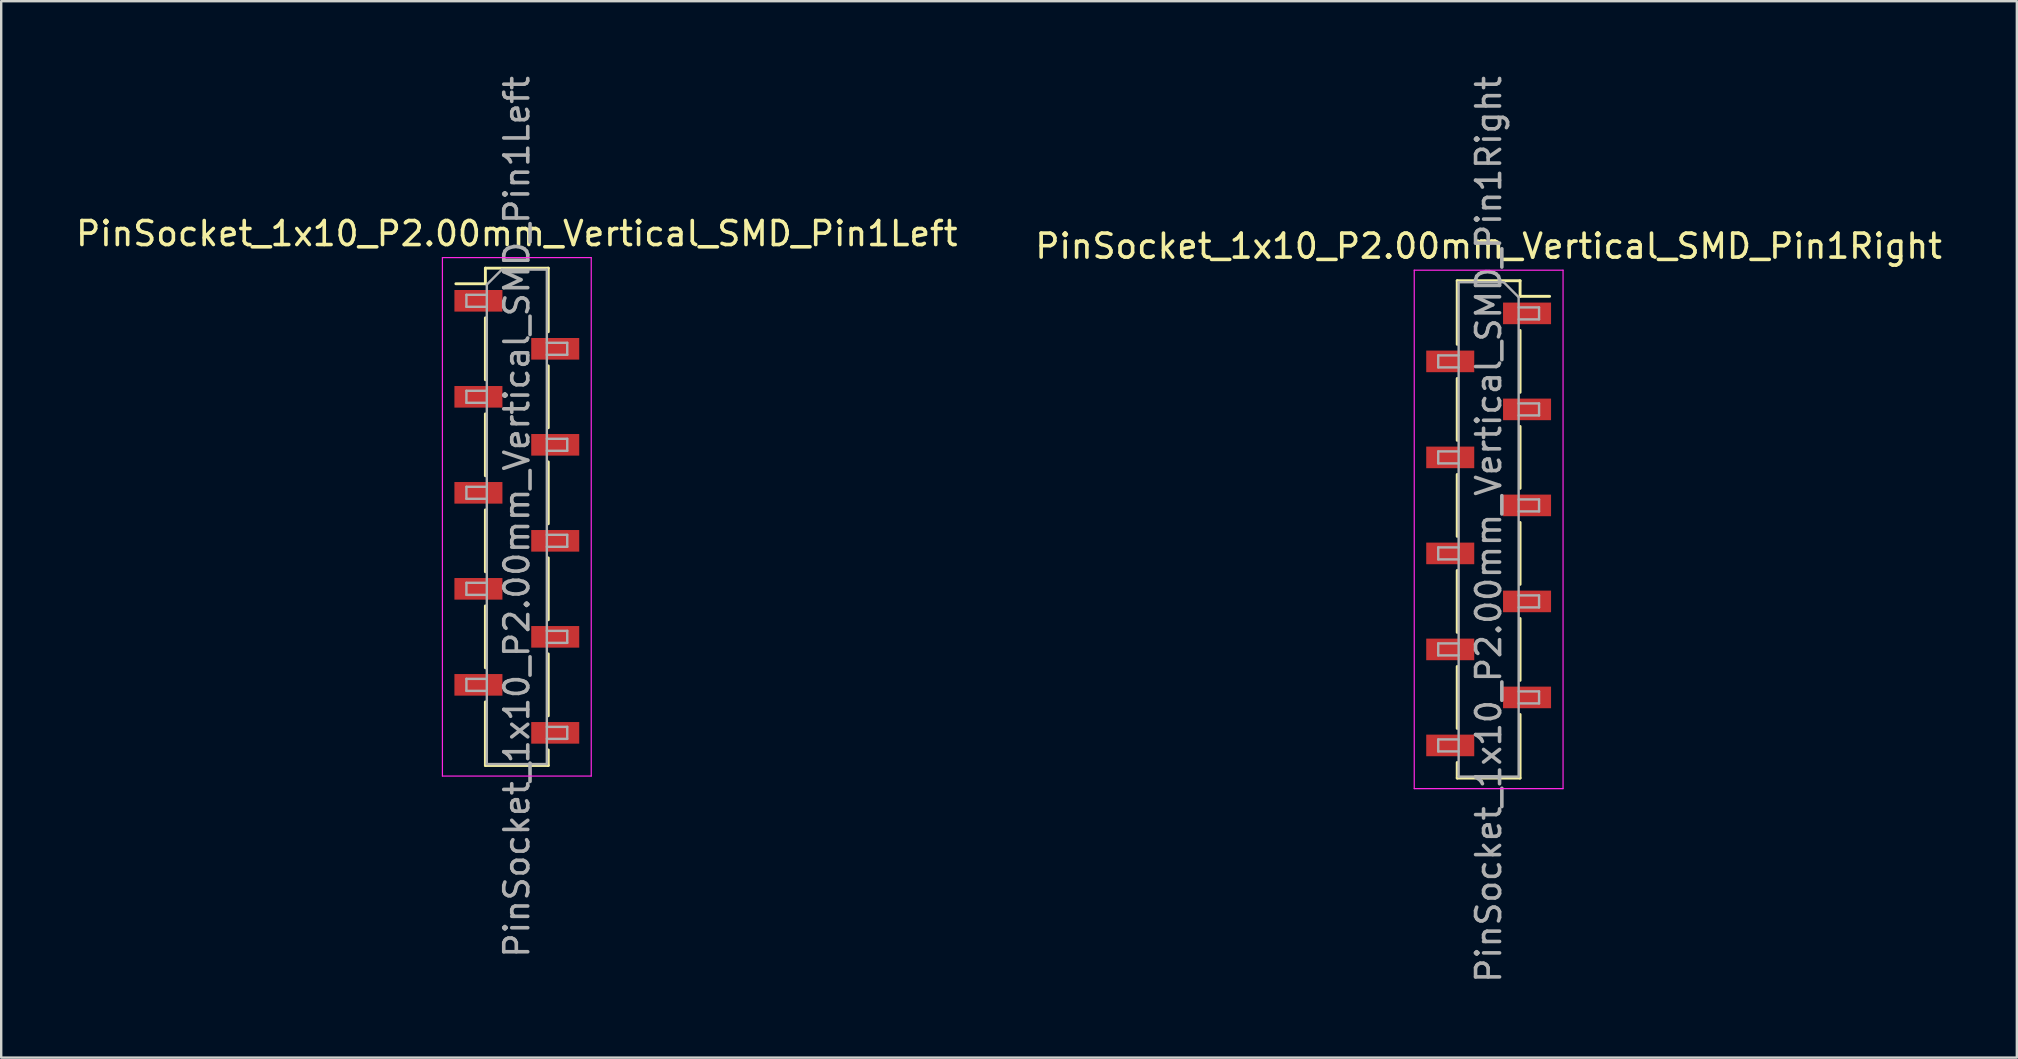
<source format=kicad_pcb>
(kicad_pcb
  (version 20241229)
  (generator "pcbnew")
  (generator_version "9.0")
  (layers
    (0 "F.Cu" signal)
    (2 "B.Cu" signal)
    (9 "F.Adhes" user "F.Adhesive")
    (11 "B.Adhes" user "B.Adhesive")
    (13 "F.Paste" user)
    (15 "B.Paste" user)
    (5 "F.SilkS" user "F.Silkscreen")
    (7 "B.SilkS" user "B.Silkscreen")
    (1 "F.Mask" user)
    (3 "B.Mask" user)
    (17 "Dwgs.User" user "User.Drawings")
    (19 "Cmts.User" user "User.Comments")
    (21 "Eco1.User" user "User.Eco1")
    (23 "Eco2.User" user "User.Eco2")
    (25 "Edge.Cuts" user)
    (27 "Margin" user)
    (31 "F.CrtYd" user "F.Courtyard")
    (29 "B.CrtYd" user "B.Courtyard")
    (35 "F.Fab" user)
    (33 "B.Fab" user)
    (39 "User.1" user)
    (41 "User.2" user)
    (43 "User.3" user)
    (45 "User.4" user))
  (footprint "PinSocket_1x10_P2.00mm_Vertical_SMD_Pin1Left"
    (layer "F.Cu")
    (at 18.482 18.482)
    (property "Reference" "PinSocket_1x10_P2.00mm_Vertical_SMD_Pin1Left" (at 0 -11.8 0) (layer "F.SilkS") (effects (font (size 1 1) (thickness 0.15))))
    (attr smd)
    (fp_line (start -2.54 -9.71) (end -1.31 -9.71) (stroke (width 0.12) (type solid)) (layer "F.SilkS"))
    (fp_line (start -1.31 -10.36) (end -1.31 -9.71) (stroke (width 0.12) (type solid)) (layer "F.SilkS"))
    (fp_line (start -1.31 -10.36) (end 1.31 -10.36) (stroke (width 0.12) (type solid)) (layer "F.SilkS"))
    (fp_line (start -1.31 -8.29) (end -1.31 -5.71) (stroke (width 0.12) (type solid)) (layer "F.SilkS"))
    (fp_line (start -1.31 -4.29) (end -1.31 -1.71) (stroke (width 0.12) (type solid)) (layer "F.SilkS"))
    (fp_line (start -1.31 -0.29) (end -1.31 2.29) (stroke (width 0.12) (type solid)) (layer "F.SilkS"))
    (fp_line (start -1.31 3.71) (end -1.31 6.29) (stroke (width 0.12) (type solid)) (layer "F.SilkS"))
    (fp_line (start -1.31 7.71) (end -1.31 10.36) (stroke (width 0.12) (type solid)) (layer "F.SilkS"))
    (fp_line (start -1.31 10.36) (end 1.31 10.36) (stroke (width 0.12) (type solid)) (layer "F.SilkS"))
    (fp_line (start 1.31 -10.36) (end 1.31 -7.71) (stroke (width 0.12) (type solid)) (layer "F.SilkS"))
    (fp_line (start 1.31 -6.29) (end 1.31 -3.71) (stroke (width 0.12) (type solid)) (layer "F.SilkS"))
    (fp_line (start 1.31 -2.29) (end 1.31 0.29) (stroke (width 0.12) (type solid)) (layer "F.SilkS"))
    (fp_line (start 1.31 1.71) (end 1.31 4.29) (stroke (width 0.12) (type solid)) (layer "F.SilkS"))
    (fp_line (start 1.31 5.71) (end 1.31 8.29) (stroke (width 0.12) (type solid)) (layer "F.SilkS"))
    (fp_line (start 1.31 9.71) (end 1.31 10.36) (stroke (width 0.12) (type solid)) (layer "F.SilkS"))
    (fp_line (start -3.1 -10.8) (end 3.1 -10.8) (stroke (width 0.05) (type solid)) (layer "F.CrtYd"))
    (fp_line (start -3.1 10.8) (end -3.1 -10.8) (stroke (width 0.05) (type solid)) (layer "F.CrtYd"))
    (fp_line (start 3.1 -10.8) (end 3.1 10.8) (stroke (width 0.05) (type solid)) (layer "F.CrtYd"))
    (fp_line (start 3.1 10.8) (end -3.1 10.8) (stroke (width 0.05) (type solid)) (layer "F.CrtYd"))
    (fp_line (start -2.1 -9.25) (end -1.25 -9.25) (stroke (width 0.1) (type solid)) (layer "F.Fab"))
    (fp_line (start -2.1 -8.75) (end -2.1 -9.25) (stroke (width 0.1) (type solid)) (layer "F.Fab"))
    (fp_line (start -2.1 -5.25) (end -1.25 -5.25) (stroke (width 0.1) (type solid)) (layer "F.Fab"))
    (fp_line (start -2.1 -4.75) (end -2.1 -5.25) (stroke (width 0.1) (type solid)) (layer "F.Fab"))
    (fp_line (start -2.1 -1.25) (end -1.25 -1.25) (stroke (width 0.1) (type solid)) (layer "F.Fab"))
    (fp_line (start -2.1 -0.75) (end -2.1 -1.25) (stroke (width 0.1) (type solid)) (layer "F.Fab"))
    (fp_line (start -2.1 2.75) (end -1.25 2.75) (stroke (width 0.1) (type solid)) (layer "F.Fab"))
    (fp_line (start -2.1 3.25) (end -2.1 2.75) (stroke (width 0.1) (type solid)) (layer "F.Fab"))
    (fp_line (start -2.1 6.75) (end -1.25 6.75) (stroke (width 0.1) (type solid)) (layer "F.Fab"))
    (fp_line (start -2.1 7.25) (end -2.1 6.75) (stroke (width 0.1) (type solid)) (layer "F.Fab"))
    (fp_line (start -1.25 -9.675) (end -0.625 -10.3) (stroke (width 0.1) (type solid)) (layer "F.Fab"))
    (fp_line (start -1.25 -8.75) (end -2.1 -8.75) (stroke (width 0.1) (type solid)) (layer "F.Fab"))
    (fp_line (start -1.25 -4.75) (end -2.1 -4.75) (stroke (width 0.1) (type solid)) (layer "F.Fab"))
    (fp_line (start -1.25 -0.75) (end -2.1 -0.75) (stroke (width 0.1) (type solid)) (layer "F.Fab"))
    (fp_line (start -1.25 3.25) (end -2.1 3.25) (stroke (width 0.1) (type solid)) (layer "F.Fab"))
    (fp_line (start -1.25 7.25) (end -2.1 7.25) (stroke (width 0.1) (type solid)) (layer "F.Fab"))
    (fp_line (start -1.25 10.3) (end -1.25 -9.675) (stroke (width 0.1) (type solid)) (layer "F.Fab"))
    (fp_line (start -0.625 -10.3) (end 1.25 -10.3) (stroke (width 0.1) (type solid)) (layer "F.Fab"))
    (fp_line (start 1.25 -10.3) (end 1.25 10.3) (stroke (width 0.1) (type solid)) (layer "F.Fab"))
    (fp_line (start 1.25 -7.25) (end 2.1 -7.25) (stroke (width 0.1) (type solid)) (layer "F.Fab"))
    (fp_line (start 1.25 -3.25) (end 2.1 -3.25) (stroke (width 0.1) (type solid)) (layer "F.Fab"))
    (fp_line (start 1.25 0.75) (end 2.1 0.75) (stroke (width 0.1) (type solid)) (layer "F.Fab"))
    (fp_line (start 1.25 4.75) (end 2.1 4.75) (stroke (width 0.1) (type solid)) (layer "F.Fab"))
    (fp_line (start 1.25 8.75) (end 2.1 8.75) (stroke (width 0.1) (type solid)) (layer "F.Fab"))
    (fp_line (start 1.25 10.3) (end -1.25 10.3) (stroke (width 0.1) (type solid)) (layer "F.Fab"))
    (fp_line (start 2.1 -7.25) (end 2.1 -6.75) (stroke (width 0.1) (type solid)) (layer "F.Fab"))
    (fp_line (start 2.1 -6.75) (end 1.25 -6.75) (stroke (width 0.1) (type solid)) (layer "F.Fab"))
    (fp_line (start 2.1 -3.25) (end 2.1 -2.75) (stroke (width 0.1) (type solid)) (layer "F.Fab"))
    (fp_line (start 2.1 -2.75) (end 1.25 -2.75) (stroke (width 0.1) (type solid)) (layer "F.Fab"))
    (fp_line (start 2.1 0.75) (end 2.1 1.25) (stroke (width 0.1) (type solid)) (layer "F.Fab"))
    (fp_line (start 2.1 1.25) (end 1.25 1.25) (stroke (width 0.1) (type solid)) (layer "F.Fab"))
    (fp_line (start 2.1 4.75) (end 2.1 5.25) (stroke (width 0.1) (type solid)) (layer "F.Fab"))
    (fp_line (start 2.1 5.25) (end 1.25 5.25) (stroke (width 0.1) (type solid)) (layer "F.Fab"))
    (fp_line (start 2.1 8.75) (end 2.1 9.25) (stroke (width 0.1) (type solid)) (layer "F.Fab"))
    (fp_line (start 2.1 9.25) (end 1.25 9.25) (stroke (width 0.1) (type solid)) (layer "F.Fab"))
    (fp_text user "${REFERENCE}" (at 0 0 90) (layer "F.Fab") (effects (font (size 1 1) (thickness 0.15))))
    (pad "1" smd rect (at -1.6 -9) (size 2 0.9) (layers "F.Cu" "F.Mask" "F.Paste"))
    (pad "2" smd rect (at 1.6 -7) (size 2 0.9) (layers "F.Cu" "F.Mask" "F.Paste"))
    (pad "3" smd rect (at -1.6 -5) (size 2 0.9) (layers "F.Cu" "F.Mask" "F.Paste"))
    (pad "4" smd rect (at 1.6 -3) (size 2 0.9) (layers "F.Cu" "F.Mask" "F.Paste"))
    (pad "5" smd rect (at -1.6 -1) (size 2 0.9) (layers "F.Cu" "F.Mask" "F.Paste"))
    (pad "6" smd rect (at 1.6 1) (size 2 0.9) (layers "F.Cu" "F.Mask" "F.Paste"))
    (pad "7" smd rect (at -1.6 3) (size 2 0.9) (layers "F.Cu" "F.Mask" "F.Paste"))
    (pad "8" smd rect (at 1.6 5) (size 2 0.9) (layers "F.Cu" "F.Mask" "F.Paste"))
    (pad "9" smd rect (at -1.6 7) (size 2 0.9) (layers "F.Cu" "F.Mask" "F.Paste"))
    (pad "10" smd rect (at 1.6 9) (size 2 0.9) (layers "F.Cu" "F.Mask" "F.Paste")))
  (footprint "PinSocket_1x10_P2.00mm_Vertical_SMD_Pin1Right"
    (layer "F.Cu")
    (at 58.97 19.006)
    (property "Reference" "PinSocket_1x10_P2.00mm_Vertical_SMD_Pin1Right" (at 0 -11.8 0) (layer "F.SilkS") (effects (font (size 1 1) (thickness 0.15))))
    (attr smd)
    (fp_line (start -1.31 -10.36) (end -1.31 -7.71) (stroke (width 0.12) (type solid)) (layer "F.SilkS"))
    (fp_line (start -1.31 -10.36) (end 1.31 -10.36) (stroke (width 0.12) (type solid)) (layer "F.SilkS"))
    (fp_line (start -1.31 -6.29) (end -1.31 -3.71) (stroke (width 0.12) (type solid)) (layer "F.SilkS"))
    (fp_line (start -1.31 -2.29) (end -1.31 0.29) (stroke (width 0.12) (type solid)) (layer "F.SilkS"))
    (fp_line (start -1.31 1.71) (end -1.31 4.29) (stroke (width 0.12) (type solid)) (layer "F.SilkS"))
    (fp_line (start -1.31 5.71) (end -1.31 8.29) (stroke (width 0.12) (type solid)) (layer "F.SilkS"))
    (fp_line (start -1.31 9.71) (end -1.31 10.36) (stroke (width 0.12) (type solid)) (layer "F.SilkS"))
    (fp_line (start -1.31 10.36) (end 1.31 10.36) (stroke (width 0.12) (type solid)) (layer "F.SilkS"))
    (fp_line (start 1.31 -10.36) (end 1.31 -9.71) (stroke (width 0.12) (type solid)) (layer "F.SilkS"))
    (fp_line (start 1.31 -9.71) (end 2.54 -9.71) (stroke (width 0.12) (type solid)) (layer "F.SilkS"))
    (fp_line (start 1.31 -8.29) (end 1.31 -5.71) (stroke (width 0.12) (type solid)) (layer "F.SilkS"))
    (fp_line (start 1.31 -4.29) (end 1.31 -1.71) (stroke (width 0.12) (type solid)) (layer "F.SilkS"))
    (fp_line (start 1.31 -0.29) (end 1.31 2.29) (stroke (width 0.12) (type solid)) (layer "F.SilkS"))
    (fp_line (start 1.31 3.71) (end 1.31 6.29) (stroke (width 0.12) (type solid)) (layer "F.SilkS"))
    (fp_line (start 1.31 7.71) (end 1.31 10.36) (stroke (width 0.12) (type solid)) (layer "F.SilkS"))
    (fp_line (start -3.1 -10.8) (end 3.1 -10.8) (stroke (width 0.05) (type solid)) (layer "F.CrtYd"))
    (fp_line (start -3.1 10.8) (end -3.1 -10.8) (stroke (width 0.05) (type solid)) (layer "F.CrtYd"))
    (fp_line (start 3.1 -10.8) (end 3.1 10.8) (stroke (width 0.05) (type solid)) (layer "F.CrtYd"))
    (fp_line (start 3.1 10.8) (end -3.1 10.8) (stroke (width 0.05) (type solid)) (layer "F.CrtYd"))
    (fp_line (start -2.1 -7.25) (end -1.25 -7.25) (stroke (width 0.1) (type solid)) (layer "F.Fab"))
    (fp_line (start -2.1 -6.75) (end -2.1 -7.25) (stroke (width 0.1) (type solid)) (layer "F.Fab"))
    (fp_line (start -2.1 -3.25) (end -1.25 -3.25) (stroke (width 0.1) (type solid)) (layer "F.Fab"))
    (fp_line (start -2.1 -2.75) (end -2.1 -3.25) (stroke (width 0.1) (type solid)) (layer "F.Fab"))
    (fp_line (start -2.1 0.75) (end -1.25 0.75) (stroke (width 0.1) (type solid)) (layer "F.Fab"))
    (fp_line (start -2.1 1.25) (end -2.1 0.75) (stroke (width 0.1) (type solid)) (layer "F.Fab"))
    (fp_line (start -2.1 4.75) (end -1.25 4.75) (stroke (width 0.1) (type solid)) (layer "F.Fab"))
    (fp_line (start -2.1 5.25) (end -2.1 4.75) (stroke (width 0.1) (type solid)) (layer "F.Fab"))
    (fp_line (start -2.1 8.75) (end -1.25 8.75) (stroke (width 0.1) (type solid)) (layer "F.Fab"))
    (fp_line (start -2.1 9.25) (end -2.1 8.75) (stroke (width 0.1) (type solid)) (layer "F.Fab"))
    (fp_line (start -1.25 -10.3) (end 0.625 -10.3) (stroke (width 0.1) (type solid)) (layer "F.Fab"))
    (fp_line (start -1.25 -6.75) (end -2.1 -6.75) (stroke (width 0.1) (type solid)) (layer "F.Fab"))
    (fp_line (start -1.25 -2.75) (end -2.1 -2.75) (stroke (width 0.1) (type solid)) (layer "F.Fab"))
    (fp_line (start -1.25 1.25) (end -2.1 1.25) (stroke (width 0.1) (type solid)) (layer "F.Fab"))
    (fp_line (start -1.25 5.25) (end -2.1 5.25) (stroke (width 0.1) (type solid)) (layer "F.Fab"))
    (fp_line (start -1.25 9.25) (end -2.1 9.25) (stroke (width 0.1) (type solid)) (layer "F.Fab"))
    (fp_line (start -1.25 10.3) (end -1.25 -10.3) (stroke (width 0.1) (type solid)) (layer "F.Fab"))
    (fp_line (start 0.625 -10.3) (end 1.25 -9.675) (stroke (width 0.1) (type solid)) (layer "F.Fab"))
    (fp_line (start 1.25 -9.675) (end 1.25 10.3) (stroke (width 0.1) (type solid)) (layer "F.Fab"))
    (fp_line (start 1.25 -9.25) (end 2.1 -9.25) (stroke (width 0.1) (type solid)) (layer "F.Fab"))
    (fp_line (start 1.25 -5.25) (end 2.1 -5.25) (stroke (width 0.1) (type solid)) (layer "F.Fab"))
    (fp_line (start 1.25 -1.25) (end 2.1 -1.25) (stroke (width 0.1) (type solid)) (layer "F.Fab"))
    (fp_line (start 1.25 2.75) (end 2.1 2.75) (stroke (width 0.1) (type solid)) (layer "F.Fab"))
    (fp_line (start 1.25 6.75) (end 2.1 6.75) (stroke (width 0.1) (type solid)) (layer "F.Fab"))
    (fp_line (start 1.25 10.3) (end -1.25 10.3) (stroke (width 0.1) (type solid)) (layer "F.Fab"))
    (fp_line (start 2.1 -9.25) (end 2.1 -8.75) (stroke (width 0.1) (type solid)) (layer "F.Fab"))
    (fp_line (start 2.1 -8.75) (end 1.25 -8.75) (stroke (width 0.1) (type solid)) (layer "F.Fab"))
    (fp_line (start 2.1 -5.25) (end 2.1 -4.75) (stroke (width 0.1) (type solid)) (layer "F.Fab"))
    (fp_line (start 2.1 -4.75) (end 1.25 -4.75) (stroke (width 0.1) (type solid)) (layer "F.Fab"))
    (fp_line (start 2.1 -1.25) (end 2.1 -0.75) (stroke (width 0.1) (type solid)) (layer "F.Fab"))
    (fp_line (start 2.1 -0.75) (end 1.25 -0.75) (stroke (width 0.1) (type solid)) (layer "F.Fab"))
    (fp_line (start 2.1 2.75) (end 2.1 3.25) (stroke (width 0.1) (type solid)) (layer "F.Fab"))
    (fp_line (start 2.1 3.25) (end 1.25 3.25) (stroke (width 0.1) (type solid)) (layer "F.Fab"))
    (fp_line (start 2.1 6.75) (end 2.1 7.25) (stroke (width 0.1) (type solid)) (layer "F.Fab"))
    (fp_line (start 2.1 7.25) (end 1.25 7.25) (stroke (width 0.1) (type solid)) (layer "F.Fab"))
    (fp_text user "${REFERENCE}" (at 0 0 90) (layer "F.Fab") (effects (font (size 1 1) (thickness 0.15))))
    (pad "1" smd rect (at 1.6 -9) (size 2 0.9) (layers "F.Cu" "F.Mask" "F.Paste"))
    (pad "2" smd rect (at -1.6 -7) (size 2 0.9) (layers "F.Cu" "F.Mask" "F.Paste"))
    (pad "3" smd rect (at 1.6 -5) (size 2 0.9) (layers "F.Cu" "F.Mask" "F.Paste"))
    (pad "4" smd rect (at -1.6 -3) (size 2 0.9) (layers "F.Cu" "F.Mask" "F.Paste"))
    (pad "5" smd rect (at 1.6 -1) (size 2 0.9) (layers "F.Cu" "F.Mask" "F.Paste"))
    (pad "6" smd rect (at -1.6 1) (size 2 0.9) (layers "F.Cu" "F.Mask" "F.Paste"))
    (pad "7" smd rect (at 1.6 3) (size 2 0.9) (layers "F.Cu" "F.Mask" "F.Paste"))
    (pad "8" smd rect (at -1.6 5) (size 2 0.9) (layers "F.Cu" "F.Mask" "F.Paste"))
    (pad "9" smd rect (at 1.6 7) (size 2 0.9) (layers "F.Cu" "F.Mask" "F.Paste"))
    (pad "10" smd rect (at -1.6 9) (size 2 0.9) (layers "F.Cu" "F.Mask" "F.Paste")))
  (gr_rect
    (start -3 -3)
    (end 80.976 41.012)
    (stroke (width 0.1) (type default))
    (fill no)
    (layer "Edge.Cuts")))
</source>
